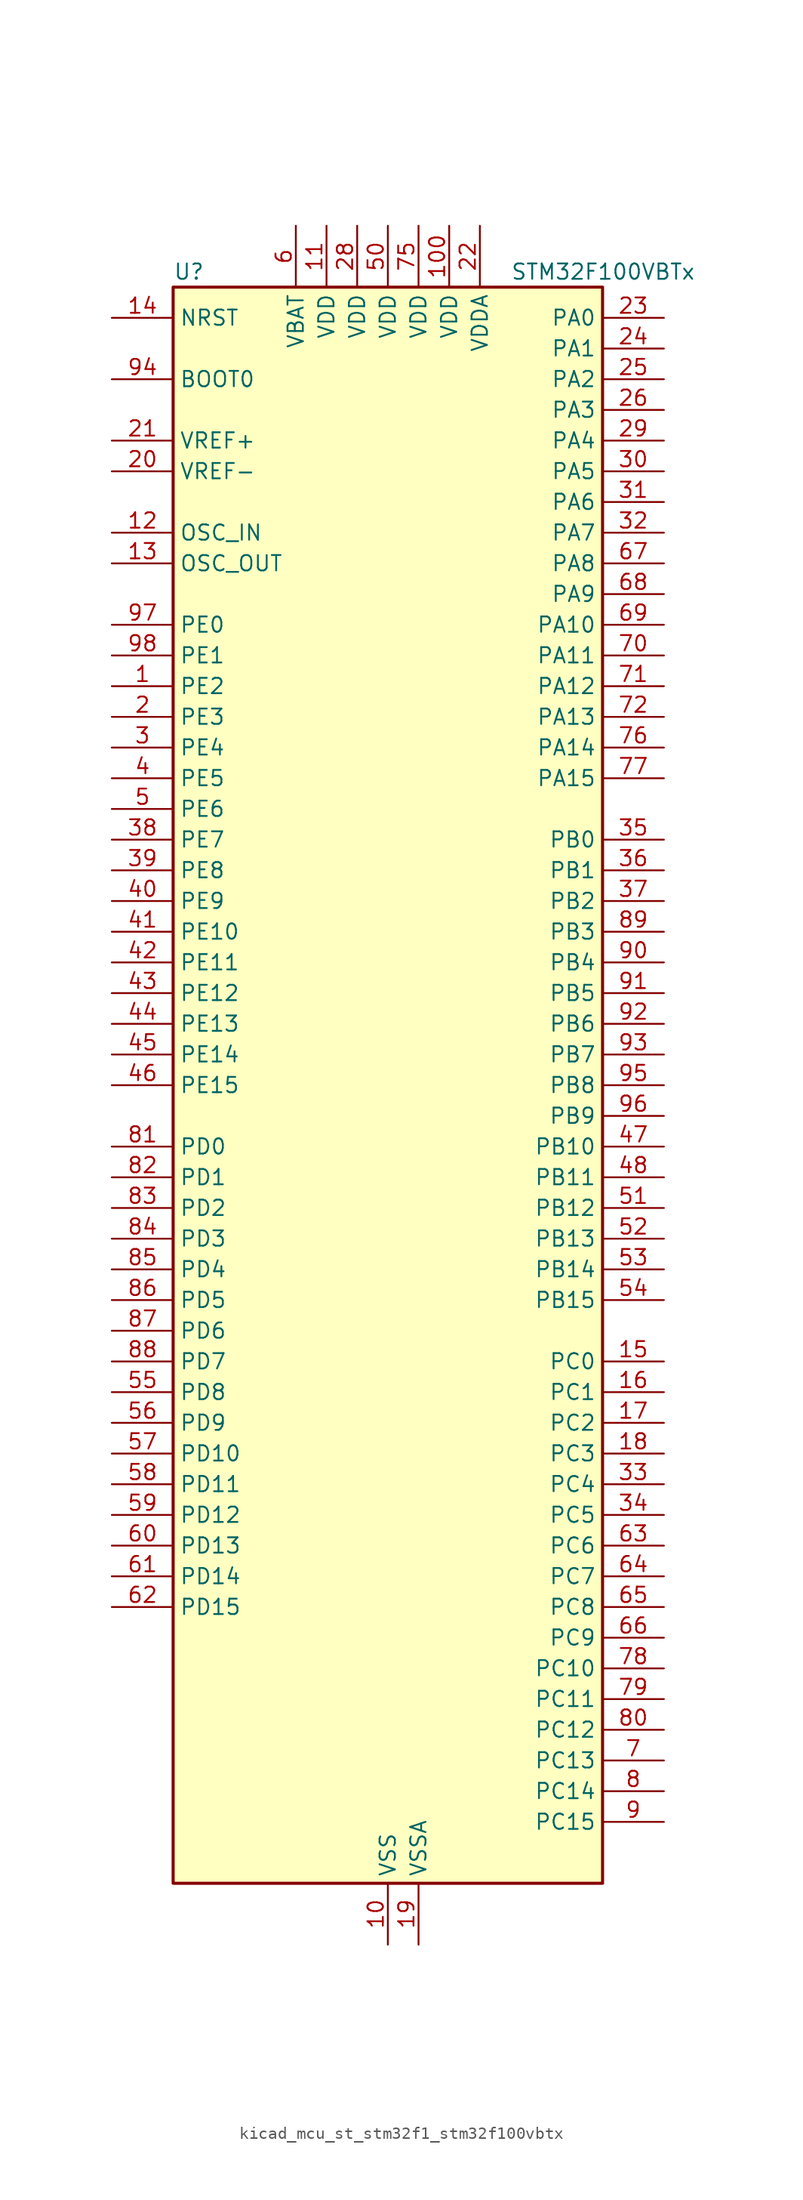
<source format=kicad_sym>
(kicad_symbol_lib
  (version 20220914)
  (generator kicad_symbol_editor)
  (symbol "kicad_mcu_st_stm32f1_stm32f100vbtx"
    (property "Reference" "U"
      (at -17.78 67.31 0)
      (effects (font (size 1.27 1.27)) (justify left)))
    (property "Value" "STM32F100VBTx"
      (at 10.16 67.31 0)
      (effects (font (size 1.27 1.27)) (justify left)))
    (property "ki_locked" ""
      (at 0 0 0)
      (effects (font (size 1.27 1.27))))
    (symbol "kicad_mcu_st_stm32f1_stm32f100vbtx_0_1"
      (rectangle (start -17.78 -66.04) (end 17.78 66.04) (stroke (width 0.254) (type default)) (fill (type background))))
    (symbol "kicad_mcu_st_stm32f1_stm32f100vbtx_1_1"
      (pin bidirectional line (at -22.86 33.02 0) (length 5.08) (name "PE2" (effects (font (size 1.27 1.27)))) (number "1" (effects (font (size 1.27 1.27)))) (alternate "SYS_TRACECLK" bidirectional line))
      (pin power_in line (at 0 -71.12 90) (length 5.08) (name "VSS" (effects (font (size 1.27 1.27)))) (number "10" (effects (font (size 1.27 1.27)))))
      (pin power_in line (at 5.08 71.12 270) (length 5.08) (name "VDD" (effects (font (size 1.27 1.27)))) (number "100" (effects (font (size 1.27 1.27)))))
      (pin power_in line (at -5.08 71.12 270) (length 5.08) (name "VDD" (effects (font (size 1.27 1.27)))) (number "11" (effects (font (size 1.27 1.27)))))
      (pin input line (at -22.86 45.72 0) (length 5.08) (name "OSC_IN" (effects (font (size 1.27 1.27)))) (number "12" (effects (font (size 1.27 1.27)))) (alternate "RCC_OSC_IN" bidirectional line))
      (pin input line (at -22.86 43.18 0) (length 5.08) (name "OSC_OUT" (effects (font (size 1.27 1.27)))) (number "13" (effects (font (size 1.27 1.27)))) (alternate "RCC_OSC_OUT" bidirectional line))
      (pin input line (at -22.86 63.5 0) (length 5.08) (name "NRST" (effects (font (size 1.27 1.27)))) (number "14" (effects (font (size 1.27 1.27)))))
      (pin bidirectional line (at 22.86 -22.86 180) (length 5.08) (name "PC0" (effects (font (size 1.27 1.27)))) (number "15" (effects (font (size 1.27 1.27)))) (alternate "ADC1_IN10" bidirectional line))
      (pin bidirectional line (at 22.86 -25.4 180) (length 5.08) (name "PC1" (effects (font (size 1.27 1.27)))) (number "16" (effects (font (size 1.27 1.27)))) (alternate "ADC1_IN11" bidirectional line))
      (pin bidirectional line (at 22.86 -27.94 180) (length 5.08) (name "PC2" (effects (font (size 1.27 1.27)))) (number "17" (effects (font (size 1.27 1.27)))) (alternate "ADC1_IN12" bidirectional line))
      (pin bidirectional line (at 22.86 -30.48 180) (length 5.08) (name "PC3" (effects (font (size 1.27 1.27)))) (number "18" (effects (font (size 1.27 1.27)))) (alternate "ADC1_IN13" bidirectional line))
      (pin power_in line (at 2.54 -71.12 90) (length 5.08) (name "VSSA" (effects (font (size 1.27 1.27)))) (number "19" (effects (font (size 1.27 1.27)))))
      (pin bidirectional line (at -22.86 30.48 0) (length 5.08) (name "PE3" (effects (font (size 1.27 1.27)))) (number "2" (effects (font (size 1.27 1.27)))) (alternate "SYS_TRACED0" bidirectional line))
      (pin input line (at -22.86 50.8 0) (length 5.08) (name "VREF-" (effects (font (size 1.27 1.27)))) (number "20" (effects (font (size 1.27 1.27)))))
      (pin input line (at -22.86 53.34 0) (length 5.08) (name "VREF+" (effects (font (size 1.27 1.27)))) (number "21" (effects (font (size 1.27 1.27)))))
      (pin power_in line (at 7.62 71.12 270) (length 5.08) (name "VDDA" (effects (font (size 1.27 1.27)))) (number "22" (effects (font (size 1.27 1.27)))))
      (pin bidirectional line (at 22.86 63.5 180) (length 5.08) (name "PA0" (effects (font (size 1.27 1.27)))) (number "23" (effects (font (size 1.27 1.27)))) (alternate "ADC1_IN0" bidirectional line) (alternate "SYS_WKUP" bidirectional line) (alternate "TIM2_CH1" bidirectional line) (alternate "TIM2_ETR" bidirectional line) (alternate "USART2_CTS" bidirectional line))
      (pin bidirectional line (at 22.86 60.96 180) (length 5.08) (name "PA1" (effects (font (size 1.27 1.27)))) (number "24" (effects (font (size 1.27 1.27)))) (alternate "ADC1_IN1" bidirectional line) (alternate "TIM2_CH2" bidirectional line) (alternate "USART2_RTS" bidirectional line))
      (pin bidirectional line (at 22.86 58.42 180) (length 5.08) (name "PA2" (effects (font (size 1.27 1.27)))) (number "25" (effects (font (size 1.27 1.27)))) (alternate "ADC1_IN2" bidirectional line) (alternate "TIM15_CH1" bidirectional line) (alternate "TIM2_CH3" bidirectional line) (alternate "USART2_TX" bidirectional line))
      (pin bidirectional line (at 22.86 55.88 180) (length 5.08) (name "PA3" (effects (font (size 1.27 1.27)))) (number "26" (effects (font (size 1.27 1.27)))) (alternate "ADC1_IN3" bidirectional line) (alternate "TIM15_CH2" bidirectional line) (alternate "TIM2_CH4" bidirectional line) (alternate "USART2_RX" bidirectional line))
      (pin passive line (at 0 -71.12 90) (length 5.08) hide (name "VSS" (effects (font (size 1.27 1.27)))) (number "27" (effects (font (size 1.27 1.27)))))
      (pin power_in line (at -2.54 71.12 270) (length 5.08) (name "VDD" (effects (font (size 1.27 1.27)))) (number "28" (effects (font (size 1.27 1.27)))))
      (pin bidirectional line (at 22.86 53.34 180) (length 5.08) (name "PA4" (effects (font (size 1.27 1.27)))) (number "29" (effects (font (size 1.27 1.27)))) (alternate "ADC1_IN4" bidirectional line) (alternate "DAC_OUT1" bidirectional line) (alternate "SPI1_NSS" bidirectional line) (alternate "USART2_CK" bidirectional line))
      (pin bidirectional line (at -22.86 27.94 0) (length 5.08) (name "PE4" (effects (font (size 1.27 1.27)))) (number "3" (effects (font (size 1.27 1.27)))) (alternate "SYS_TRACED1" bidirectional line))
      (pin bidirectional line (at 22.86 50.8 180) (length 5.08) (name "PA5" (effects (font (size 1.27 1.27)))) (number "30" (effects (font (size 1.27 1.27)))) (alternate "ADC1_IN5" bidirectional line) (alternate "DAC_OUT2" bidirectional line) (alternate "SPI1_SCK" bidirectional line))
      (pin bidirectional line (at 22.86 48.26 180) (length 5.08) (name "PA6" (effects (font (size 1.27 1.27)))) (number "31" (effects (font (size 1.27 1.27)))) (alternate "ADC1_IN6" bidirectional line) (alternate "SPI1_MISO" bidirectional line) (alternate "TIM16_CH1" bidirectional line) (alternate "TIM1_BKIN" bidirectional line) (alternate "TIM3_CH1" bidirectional line))
      (pin bidirectional line (at 22.86 45.72 180) (length 5.08) (name "PA7" (effects (font (size 1.27 1.27)))) (number "32" (effects (font (size 1.27 1.27)))) (alternate "ADC1_IN7" bidirectional line) (alternate "SPI1_MOSI" bidirectional line) (alternate "TIM17_CH1" bidirectional line) (alternate "TIM1_CH1N" bidirectional line) (alternate "TIM3_CH2" bidirectional line))
      (pin bidirectional line (at 22.86 -33.02 180) (length 5.08) (name "PC4" (effects (font (size 1.27 1.27)))) (number "33" (effects (font (size 1.27 1.27)))) (alternate "ADC1_IN14" bidirectional line))
      (pin bidirectional line (at 22.86 -35.56 180) (length 5.08) (name "PC5" (effects (font (size 1.27 1.27)))) (number "34" (effects (font (size 1.27 1.27)))) (alternate "ADC1_IN15" bidirectional line))
      (pin bidirectional line (at 22.86 20.32 180) (length 5.08) (name "PB0" (effects (font (size 1.27 1.27)))) (number "35" (effects (font (size 1.27 1.27)))) (alternate "ADC1_IN8" bidirectional line) (alternate "TIM1_CH2N" bidirectional line) (alternate "TIM3_CH3" bidirectional line))
      (pin bidirectional line (at 22.86 17.78 180) (length 5.08) (name "PB1" (effects (font (size 1.27 1.27)))) (number "36" (effects (font (size 1.27 1.27)))) (alternate "ADC1_IN9" bidirectional line) (alternate "TIM1_CH3N" bidirectional line) (alternate "TIM3_CH4" bidirectional line))
      (pin bidirectional line (at 22.86 15.24 180) (length 5.08) (name "PB2" (effects (font (size 1.27 1.27)))) (number "37" (effects (font (size 1.27 1.27)))))
      (pin bidirectional line (at -22.86 20.32 0) (length 5.08) (name "PE7" (effects (font (size 1.27 1.27)))) (number "38" (effects (font (size 1.27 1.27)))) (alternate "TIM1_ETR" bidirectional line))
      (pin bidirectional line (at -22.86 17.78 0) (length 5.08) (name "PE8" (effects (font (size 1.27 1.27)))) (number "39" (effects (font (size 1.27 1.27)))) (alternate "TIM1_CH1N" bidirectional line))
      (pin bidirectional line (at -22.86 25.4 0) (length 5.08) (name "PE5" (effects (font (size 1.27 1.27)))) (number "4" (effects (font (size 1.27 1.27)))) (alternate "SYS_TRACED2" bidirectional line))
      (pin bidirectional line (at -22.86 15.24 0) (length 5.08) (name "PE9" (effects (font (size 1.27 1.27)))) (number "40" (effects (font (size 1.27 1.27)))) (alternate "DAC_EXTI9" bidirectional line) (alternate "TIM1_CH1" bidirectional line))
      (pin bidirectional line (at -22.86 12.7 0) (length 5.08) (name "PE10" (effects (font (size 1.27 1.27)))) (number "41" (effects (font (size 1.27 1.27)))) (alternate "TIM1_CH2N" bidirectional line))
      (pin bidirectional line (at -22.86 10.16 0) (length 5.08) (name "PE11" (effects (font (size 1.27 1.27)))) (number "42" (effects (font (size 1.27 1.27)))) (alternate "ADC1_EXTI11" bidirectional line) (alternate "TIM1_CH2" bidirectional line))
      (pin bidirectional line (at -22.86 7.62 0) (length 5.08) (name "PE12" (effects (font (size 1.27 1.27)))) (number "43" (effects (font (size 1.27 1.27)))) (alternate "TIM1_CH3N" bidirectional line))
      (pin bidirectional line (at -22.86 5.08 0) (length 5.08) (name "PE13" (effects (font (size 1.27 1.27)))) (number "44" (effects (font (size 1.27 1.27)))) (alternate "TIM1_CH3" bidirectional line))
      (pin bidirectional line (at -22.86 2.54 0) (length 5.08) (name "PE14" (effects (font (size 1.27 1.27)))) (number "45" (effects (font (size 1.27 1.27)))) (alternate "TIM1_CH4" bidirectional line))
      (pin bidirectional line (at -22.86 0 0) (length 5.08) (name "PE15" (effects (font (size 1.27 1.27)))) (number "46" (effects (font (size 1.27 1.27)))) (alternate "ADC1_EXTI15" bidirectional line) (alternate "TIM1_BKIN" bidirectional line))
      (pin bidirectional line (at 22.86 -5.08 180) (length 5.08) (name "PB10" (effects (font (size 1.27 1.27)))) (number "47" (effects (font (size 1.27 1.27)))) (alternate "CEC" bidirectional line) (alternate "I2C2_SCL" bidirectional line) (alternate "TIM2_CH3" bidirectional line) (alternate "USART3_TX" bidirectional line))
      (pin bidirectional line (at 22.86 -7.62 180) (length 5.08) (name "PB11" (effects (font (size 1.27 1.27)))) (number "48" (effects (font (size 1.27 1.27)))) (alternate "ADC1_EXTI11" bidirectional line) (alternate "I2C2_SDA" bidirectional line) (alternate "TIM2_CH4" bidirectional line) (alternate "USART3_RX" bidirectional line))
      (pin passive line (at 0 -71.12 90) (length 5.08) hide (name "VSS" (effects (font (size 1.27 1.27)))) (number "49" (effects (font (size 1.27 1.27)))))
      (pin bidirectional line (at -22.86 22.86 0) (length 5.08) (name "PE6" (effects (font (size 1.27 1.27)))) (number "5" (effects (font (size 1.27 1.27)))) (alternate "SYS_TRACED3" bidirectional line))
      (pin power_in line (at 0 71.12 270) (length 5.08) (name "VDD" (effects (font (size 1.27 1.27)))) (number "50" (effects (font (size 1.27 1.27)))))
      (pin bidirectional line (at 22.86 -10.16 180) (length 5.08) (name "PB12" (effects (font (size 1.27 1.27)))) (number "51" (effects (font (size 1.27 1.27)))) (alternate "I2C2_SMBA" bidirectional line) (alternate "SPI2_NSS" bidirectional line) (alternate "TIM1_BKIN" bidirectional line) (alternate "USART3_CK" bidirectional line))
      (pin bidirectional line (at 22.86 -12.7 180) (length 5.08) (name "PB13" (effects (font (size 1.27 1.27)))) (number "52" (effects (font (size 1.27 1.27)))) (alternate "SPI2_SCK" bidirectional line) (alternate "TIM1_CH1N" bidirectional line) (alternate "USART3_CTS" bidirectional line))
      (pin bidirectional line (at 22.86 -15.24 180) (length 5.08) (name "PB14" (effects (font (size 1.27 1.27)))) (number "53" (effects (font (size 1.27 1.27)))) (alternate "SPI2_MISO" bidirectional line) (alternate "TIM15_CH1" bidirectional line) (alternate "TIM1_CH2N" bidirectional line) (alternate "USART3_RTS" bidirectional line))
      (pin bidirectional line (at 22.86 -17.78 180) (length 5.08) (name "PB15" (effects (font (size 1.27 1.27)))) (number "54" (effects (font (size 1.27 1.27)))) (alternate "ADC1_EXTI15" bidirectional line) (alternate "SPI2_MOSI" bidirectional line) (alternate "TIM15_CH1N" bidirectional line) (alternate "TIM15_CH2" bidirectional line) (alternate "TIM1_CH3N" bidirectional line))
      (pin bidirectional line (at -22.86 -25.4 0) (length 5.08) (name "PD8" (effects (font (size 1.27 1.27)))) (number "55" (effects (font (size 1.27 1.27)))) (alternate "USART3_TX" bidirectional line))
      (pin bidirectional line (at -22.86 -27.94 0) (length 5.08) (name "PD9" (effects (font (size 1.27 1.27)))) (number "56" (effects (font (size 1.27 1.27)))) (alternate "DAC_EXTI9" bidirectional line) (alternate "USART3_RX" bidirectional line))
      (pin bidirectional line (at -22.86 -30.48 0) (length 5.08) (name "PD10" (effects (font (size 1.27 1.27)))) (number "57" (effects (font (size 1.27 1.27)))) (alternate "USART3_CK" bidirectional line))
      (pin bidirectional line (at -22.86 -33.02 0) (length 5.08) (name "PD11" (effects (font (size 1.27 1.27)))) (number "58" (effects (font (size 1.27 1.27)))) (alternate "ADC1_EXTI11" bidirectional line) (alternate "USART3_CTS" bidirectional line))
      (pin bidirectional line (at -22.86 -35.56 0) (length 5.08) (name "PD12" (effects (font (size 1.27 1.27)))) (number "59" (effects (font (size 1.27 1.27)))) (alternate "TIM4_CH1" bidirectional line) (alternate "USART3_RTS" bidirectional line))
      (pin power_in line (at -7.62 71.12 270) (length 5.08) (name "VBAT" (effects (font (size 1.27 1.27)))) (number "6" (effects (font (size 1.27 1.27)))))
      (pin bidirectional line (at -22.86 -38.1 0) (length 5.08) (name "PD13" (effects (font (size 1.27 1.27)))) (number "60" (effects (font (size 1.27 1.27)))) (alternate "TIM4_CH2" bidirectional line))
      (pin bidirectional line (at -22.86 -40.64 0) (length 5.08) (name "PD14" (effects (font (size 1.27 1.27)))) (number "61" (effects (font (size 1.27 1.27)))) (alternate "TIM4_CH3" bidirectional line))
      (pin bidirectional line (at -22.86 -43.18 0) (length 5.08) (name "PD15" (effects (font (size 1.27 1.27)))) (number "62" (effects (font (size 1.27 1.27)))) (alternate "ADC1_EXTI15" bidirectional line) (alternate "TIM4_CH4" bidirectional line))
      (pin bidirectional line (at 22.86 -38.1 180) (length 5.08) (name "PC6" (effects (font (size 1.27 1.27)))) (number "63" (effects (font (size 1.27 1.27)))) (alternate "TIM3_CH1" bidirectional line))
      (pin bidirectional line (at 22.86 -40.64 180) (length 5.08) (name "PC7" (effects (font (size 1.27 1.27)))) (number "64" (effects (font (size 1.27 1.27)))) (alternate "TIM3_CH2" bidirectional line))
      (pin bidirectional line (at 22.86 -43.18 180) (length 5.08) (name "PC8" (effects (font (size 1.27 1.27)))) (number "65" (effects (font (size 1.27 1.27)))) (alternate "TIM3_CH3" bidirectional line))
      (pin bidirectional line (at 22.86 -45.72 180) (length 5.08) (name "PC9" (effects (font (size 1.27 1.27)))) (number "66" (effects (font (size 1.27 1.27)))) (alternate "DAC_EXTI9" bidirectional line) (alternate "TIM3_CH4" bidirectional line))
      (pin bidirectional line (at 22.86 43.18 180) (length 5.08) (name "PA8" (effects (font (size 1.27 1.27)))) (number "67" (effects (font (size 1.27 1.27)))) (alternate "RCC_MCO" bidirectional line) (alternate "TIM1_CH1" bidirectional line) (alternate "USART1_CK" bidirectional line))
      (pin bidirectional line (at 22.86 40.64 180) (length 5.08) (name "PA9" (effects (font (size 1.27 1.27)))) (number "68" (effects (font (size 1.27 1.27)))) (alternate "DAC_EXTI9" bidirectional line) (alternate "TIM15_BKIN" bidirectional line) (alternate "TIM1_CH2" bidirectional line) (alternate "USART1_TX" bidirectional line))
      (pin bidirectional line (at 22.86 38.1 180) (length 5.08) (name "PA10" (effects (font (size 1.27 1.27)))) (number "69" (effects (font (size 1.27 1.27)))) (alternate "TIM17_BKIN" bidirectional line) (alternate "TIM1_CH3" bidirectional line) (alternate "USART1_RX" bidirectional line))
      (pin bidirectional line (at 22.86 -55.88 180) (length 5.08) (name "PC13" (effects (font (size 1.27 1.27)))) (number "7" (effects (font (size 1.27 1.27)))) (alternate "RTC_OUT" bidirectional line) (alternate "RTC_TAMPER" bidirectional line))
      (pin bidirectional line (at 22.86 35.56 180) (length 5.08) (name "PA11" (effects (font (size 1.27 1.27)))) (number "70" (effects (font (size 1.27 1.27)))) (alternate "ADC1_EXTI11" bidirectional line) (alternate "TIM1_CH4" bidirectional line) (alternate "USART1_CTS" bidirectional line))
      (pin bidirectional line (at 22.86 33.02 180) (length 5.08) (name "PA12" (effects (font (size 1.27 1.27)))) (number "71" (effects (font (size 1.27 1.27)))) (alternate "TIM1_ETR" bidirectional line) (alternate "USART1_RTS" bidirectional line))
      (pin bidirectional line (at 22.86 30.48 180) (length 5.08) (name "PA13" (effects (font (size 1.27 1.27)))) (number "72" (effects (font (size 1.27 1.27)))) (alternate "SYS_JTMS-SWDIO" bidirectional line))
      (pin no_connect line (at -17.78 -66.04 0) (length 5.08) hide (name "NC" (effects (font (size 1.27 1.27)))) (number "73" (effects (font (size 1.27 1.27)))))
      (pin passive line (at 0 -71.12 90) (length 5.08) hide (name "VSS" (effects (font (size 1.27 1.27)))) (number "74" (effects (font (size 1.27 1.27)))))
      (pin power_in line (at 2.54 71.12 270) (length 5.08) (name "VDD" (effects (font (size 1.27 1.27)))) (number "75" (effects (font (size 1.27 1.27)))))
      (pin bidirectional line (at 22.86 27.94 180) (length 5.08) (name "PA14" (effects (font (size 1.27 1.27)))) (number "76" (effects (font (size 1.27 1.27)))) (alternate "SYS_JTCK-SWCLK" bidirectional line))
      (pin bidirectional line (at 22.86 25.4 180) (length 5.08) (name "PA15" (effects (font (size 1.27 1.27)))) (number "77" (effects (font (size 1.27 1.27)))) (alternate "ADC1_EXTI15" bidirectional line) (alternate "SPI1_NSS" bidirectional line) (alternate "SYS_JTDI" bidirectional line) (alternate "TIM2_CH1" bidirectional line) (alternate "TIM2_ETR" bidirectional line))
      (pin bidirectional line (at 22.86 -48.26 180) (length 5.08) (name "PC10" (effects (font (size 1.27 1.27)))) (number "78" (effects (font (size 1.27 1.27)))) (alternate "USART3_TX" bidirectional line))
      (pin bidirectional line (at 22.86 -50.8 180) (length 5.08) (name "PC11" (effects (font (size 1.27 1.27)))) (number "79" (effects (font (size 1.27 1.27)))) (alternate "ADC1_EXTI11" bidirectional line) (alternate "USART3_RX" bidirectional line))
      (pin bidirectional line (at 22.86 -58.42 180) (length 5.08) (name "PC14" (effects (font (size 1.27 1.27)))) (number "8" (effects (font (size 1.27 1.27)))) (alternate "RCC_OSC32_IN" bidirectional line))
      (pin bidirectional line (at 22.86 -53.34 180) (length 5.08) (name "PC12" (effects (font (size 1.27 1.27)))) (number "80" (effects (font (size 1.27 1.27)))) (alternate "USART3_CK" bidirectional line))
      (pin bidirectional line (at -22.86 -5.08 0) (length 5.08) (name "PD0" (effects (font (size 1.27 1.27)))) (number "81" (effects (font (size 1.27 1.27)))))
      (pin bidirectional line (at -22.86 -7.62 0) (length 5.08) (name "PD1" (effects (font (size 1.27 1.27)))) (number "82" (effects (font (size 1.27 1.27)))))
      (pin bidirectional line (at -22.86 -10.16 0) (length 5.08) (name "PD2" (effects (font (size 1.27 1.27)))) (number "83" (effects (font (size 1.27 1.27)))) (alternate "TIM3_ETR" bidirectional line))
      (pin bidirectional line (at -22.86 -12.7 0) (length 5.08) (name "PD3" (effects (font (size 1.27 1.27)))) (number "84" (effects (font (size 1.27 1.27)))) (alternate "USART2_CTS" bidirectional line))
      (pin bidirectional line (at -22.86 -15.24 0) (length 5.08) (name "PD4" (effects (font (size 1.27 1.27)))) (number "85" (effects (font (size 1.27 1.27)))) (alternate "USART2_RTS" bidirectional line))
      (pin bidirectional line (at -22.86 -17.78 0) (length 5.08) (name "PD5" (effects (font (size 1.27 1.27)))) (number "86" (effects (font (size 1.27 1.27)))) (alternate "USART2_TX" bidirectional line))
      (pin bidirectional line (at -22.86 -20.32 0) (length 5.08) (name "PD6" (effects (font (size 1.27 1.27)))) (number "87" (effects (font (size 1.27 1.27)))) (alternate "USART2_RX" bidirectional line))
      (pin bidirectional line (at -22.86 -22.86 0) (length 5.08) (name "PD7" (effects (font (size 1.27 1.27)))) (number "88" (effects (font (size 1.27 1.27)))) (alternate "USART2_CK" bidirectional line))
      (pin bidirectional line (at 22.86 12.7 180) (length 5.08) (name "PB3" (effects (font (size 1.27 1.27)))) (number "89" (effects (font (size 1.27 1.27)))) (alternate "SPI1_SCK" bidirectional line) (alternate "SYS_JTDO-TRACESWO" bidirectional line) (alternate "TIM2_CH2" bidirectional line))
      (pin bidirectional line (at 22.86 -60.96 180) (length 5.08) (name "PC15" (effects (font (size 1.27 1.27)))) (number "9" (effects (font (size 1.27 1.27)))) (alternate "ADC1_EXTI15" bidirectional line) (alternate "RCC_OSC32_OUT" bidirectional line))
      (pin bidirectional line (at 22.86 10.16 180) (length 5.08) (name "PB4" (effects (font (size 1.27 1.27)))) (number "90" (effects (font (size 1.27 1.27)))) (alternate "SPI1_MISO" bidirectional line) (alternate "SYS_NJTRST" bidirectional line) (alternate "TIM3_CH1" bidirectional line))
      (pin bidirectional line (at 22.86 7.62 180) (length 5.08) (name "PB5" (effects (font (size 1.27 1.27)))) (number "91" (effects (font (size 1.27 1.27)))) (alternate "I2C1_SMBA" bidirectional line) (alternate "SPI1_MOSI" bidirectional line) (alternate "TIM16_BKIN" bidirectional line) (alternate "TIM3_CH2" bidirectional line))
      (pin bidirectional line (at 22.86 5.08 180) (length 5.08) (name "PB6" (effects (font (size 1.27 1.27)))) (number "92" (effects (font (size 1.27 1.27)))) (alternate "I2C1_SCL" bidirectional line) (alternate "TIM16_CH1N" bidirectional line) (alternate "TIM4_CH1" bidirectional line) (alternate "USART1_TX" bidirectional line))
      (pin bidirectional line (at 22.86 2.54 180) (length 5.08) (name "PB7" (effects (font (size 1.27 1.27)))) (number "93" (effects (font (size 1.27 1.27)))) (alternate "I2C1_SDA" bidirectional line) (alternate "TIM17_CH1N" bidirectional line) (alternate "TIM4_CH2" bidirectional line) (alternate "USART1_RX" bidirectional line))
      (pin input line (at -22.86 58.42 0) (length 5.08) (name "BOOT0" (effects (font (size 1.27 1.27)))) (number "94" (effects (font (size 1.27 1.27)))))
      (pin bidirectional line (at 22.86 0 180) (length 5.08) (name "PB8" (effects (font (size 1.27 1.27)))) (number "95" (effects (font (size 1.27 1.27)))) (alternate "CEC" bidirectional line) (alternate "I2C1_SCL" bidirectional line) (alternate "TIM16_CH1" bidirectional line) (alternate "TIM4_CH3" bidirectional line))
      (pin bidirectional line (at 22.86 -2.54 180) (length 5.08) (name "PB9" (effects (font (size 1.27 1.27)))) (number "96" (effects (font (size 1.27 1.27)))) (alternate "DAC_EXTI9" bidirectional line) (alternate "I2C1_SDA" bidirectional line) (alternate "TIM17_CH1" bidirectional line) (alternate "TIM4_CH4" bidirectional line))
      (pin bidirectional line (at -22.86 38.1 0) (length 5.08) (name "PE0" (effects (font (size 1.27 1.27)))) (number "97" (effects (font (size 1.27 1.27)))) (alternate "TIM4_ETR" bidirectional line))
      (pin bidirectional line (at -22.86 35.56 0) (length 5.08) (name "PE1" (effects (font (size 1.27 1.27)))) (number "98" (effects (font (size 1.27 1.27)))))
      (pin passive line (at 0 -71.12 90) (length 5.08) hide (name "VSS" (effects (font (size 1.27 1.27)))) (number "99" (effects (font (size 1.27 1.27))))))))
</source>
